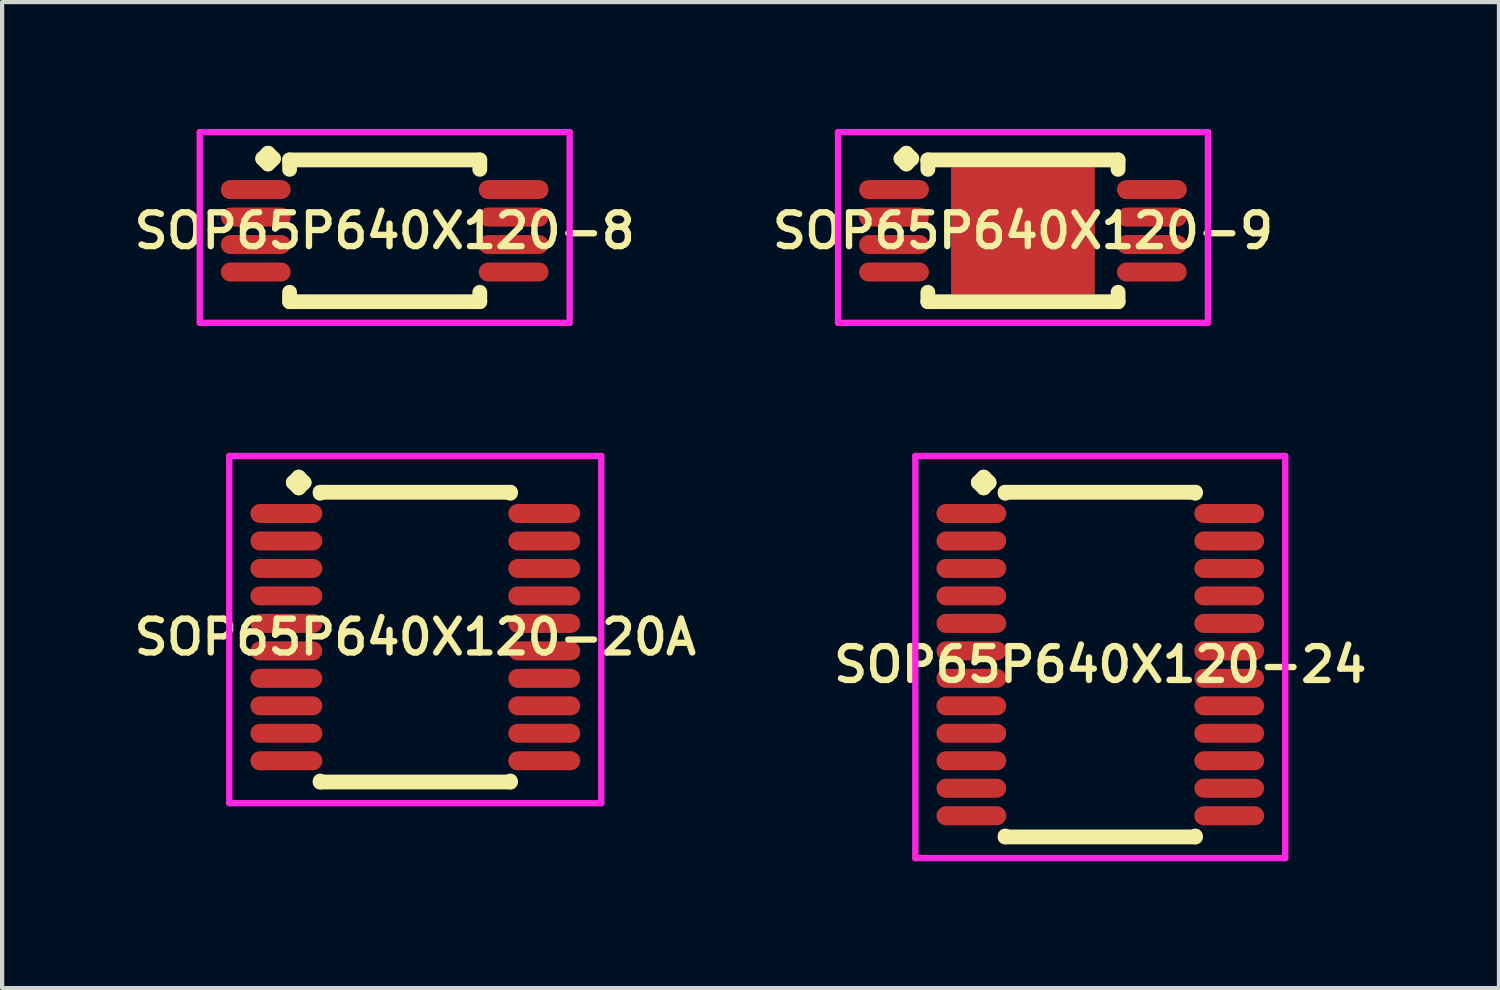
<source format=kicad_pcb>
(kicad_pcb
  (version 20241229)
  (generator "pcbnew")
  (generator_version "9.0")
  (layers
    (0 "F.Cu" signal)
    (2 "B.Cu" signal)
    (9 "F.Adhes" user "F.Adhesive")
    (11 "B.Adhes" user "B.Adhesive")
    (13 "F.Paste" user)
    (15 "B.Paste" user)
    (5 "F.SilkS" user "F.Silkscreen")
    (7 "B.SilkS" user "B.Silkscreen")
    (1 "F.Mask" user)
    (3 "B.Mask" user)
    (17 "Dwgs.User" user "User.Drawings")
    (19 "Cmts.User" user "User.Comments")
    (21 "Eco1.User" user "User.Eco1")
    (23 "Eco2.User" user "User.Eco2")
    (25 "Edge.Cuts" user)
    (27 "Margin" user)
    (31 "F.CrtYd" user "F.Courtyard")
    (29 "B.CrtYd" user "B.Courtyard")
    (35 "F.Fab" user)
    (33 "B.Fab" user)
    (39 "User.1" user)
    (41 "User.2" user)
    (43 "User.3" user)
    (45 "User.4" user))
  (footprint "SOP65P640X120-9"
    (layer "F.Cu")
    (at 21.149 2.41)
    (property "Reference" "SOP65P640X120-9" (at 0 0 0) (layer "F.SilkS") (effects (font (size 0.8 0.8) (thickness 0.15))))
    (attr smd)
    (fp_line (start -2.885 -1.708) (end -2.758 -1.835) (stroke (width 0.35) (type solid)) (layer "F.SilkS"))
    (fp_line (start -2.758 -1.835) (end -2.631 -1.708) (stroke (width 0.35) (type solid)) (layer "F.SilkS"))
    (fp_line (start -2.758 -1.581) (end -2.885 -1.708) (stroke (width 0.35) (type solid)) (layer "F.SilkS"))
    (fp_line (start -2.631 -1.708) (end -2.758 -1.581) (stroke (width 0.35) (type solid)) (layer "F.SilkS"))
    (fp_line (start -2.25 -1.677) (end 2.25 -1.677) (stroke (width 0.35) (type solid)) (layer "F.SilkS"))
    (fp_line (start -2.25 -1.454) (end -2.25 -1.677) (stroke (width 0.35) (type solid)) (layer "F.SilkS"))
    (fp_line (start -2.25 1.454) (end -2.25 1.677) (stroke (width 0.35) (type solid)) (layer "F.SilkS"))
    (fp_line (start -2.25 1.677) (end 2.25 1.677) (stroke (width 0.35) (type solid)) (layer "F.SilkS"))
    (fp_line (start 2.25 -1.677) (end 2.25 -1.454) (stroke (width 0.35) (type solid)) (layer "F.SilkS"))
    (fp_line (start 2.25 1.677) (end 2.25 1.454) (stroke (width 0.35) (type solid)) (layer "F.SilkS"))
    (fp_line (start -4.375 -2.335) (end 4.375 -2.335) (stroke (width 0.15) (type solid)) (layer "F.CrtYd"))
    (fp_line (start -4.375 2.177) (end -4.375 -2.335) (stroke (width 0.15) (type solid)) (layer "F.CrtYd"))
    (fp_line (start 4.375 -2.335) (end 4.375 2.177) (stroke (width 0.15) (type solid)) (layer "F.CrtYd"))
    (fp_line (start 4.375 2.177) (end -4.375 2.177) (stroke (width 0.15) (type solid)) (layer "F.CrtYd"))
    (pad "1" smd oval (at -3.05 -0.975) (size 1.65 0.45) (layers "F.Cu" "F.Mask" "F.Paste"))
    (pad "2" smd oval (at -3.05 -0.325) (size 1.65 0.45) (layers "F.Cu" "F.Mask" "F.Paste"))
    (pad "3" smd oval (at -3.05 0.325) (size 1.65 0.45) (layers "F.Cu" "F.Mask" "F.Paste"))
    (pad "4" smd oval (at -3.05 0.975) (size 1.65 0.45) (layers "F.Cu" "F.Mask" "F.Paste"))
    (pad "5" smd oval (at 3.05 0.975) (size 1.65 0.45) (layers "F.Cu" "F.Mask" "F.Paste"))
    (pad "6" smd oval (at 3.05 0.325) (size 1.65 0.45) (layers "F.Cu" "F.Mask" "F.Paste"))
    (pad "7" smd oval (at 3.05 -0.325) (size 1.65 0.45) (layers "F.Cu" "F.Mask" "F.Paste"))
    (pad "8" smd oval (at 3.05 -0.975) (size 1.65 0.45) (layers "F.Cu" "F.Mask" "F.Paste"))
    (pad "9" smd rect (at 0 0) (size 3.4 3) (layers "F.Cu" "F.Mask" "F.Paste")))
  (footprint "SOP65P640X120-8"
    (layer "F.Cu")
    (at 6.05 2.41)
    (property "Reference" "SOP65P640X120-8" (at 0 0 0) (layer "F.SilkS") (effects (font (size 0.8 0.8) (thickness 0.15))))
    (attr smd)
    (fp_line (start -2.885 -1.708) (end -2.758 -1.835) (stroke (width 0.35) (type solid)) (layer "F.SilkS"))
    (fp_line (start -2.758 -1.835) (end -2.631 -1.708) (stroke (width 0.35) (type solid)) (layer "F.SilkS"))
    (fp_line (start -2.758 -1.581) (end -2.885 -1.708) (stroke (width 0.35) (type solid)) (layer "F.SilkS"))
    (fp_line (start -2.631 -1.708) (end -2.758 -1.581) (stroke (width 0.35) (type solid)) (layer "F.SilkS"))
    (fp_line (start -2.25 -1.677) (end 2.25 -1.677) (stroke (width 0.35) (type solid)) (layer "F.SilkS"))
    (fp_line (start -2.25 -1.454) (end -2.25 -1.677) (stroke (width 0.35) (type solid)) (layer "F.SilkS"))
    (fp_line (start -2.25 1.454) (end -2.25 1.677) (stroke (width 0.35) (type solid)) (layer "F.SilkS"))
    (fp_line (start -2.25 1.677) (end 2.25 1.677) (stroke (width 0.35) (type solid)) (layer "F.SilkS"))
    (fp_line (start 2.25 -1.677) (end 2.25 -1.454) (stroke (width 0.35) (type solid)) (layer "F.SilkS"))
    (fp_line (start 2.25 1.677) (end 2.25 1.454) (stroke (width 0.35) (type solid)) (layer "F.SilkS"))
    (fp_line (start -4.375 -2.335) (end 4.375 -2.335) (stroke (width 0.15) (type solid)) (layer "F.CrtYd"))
    (fp_line (start -4.375 2.177) (end -4.375 -2.335) (stroke (width 0.15) (type solid)) (layer "F.CrtYd"))
    (fp_line (start 4.375 -2.335) (end 4.375 2.177) (stroke (width 0.15) (type solid)) (layer "F.CrtYd"))
    (fp_line (start 4.375 2.177) (end -4.375 2.177) (stroke (width 0.15) (type solid)) (layer "F.CrtYd"))
    (pad "1" smd oval (at -3.05 -0.975) (size 1.65 0.45) (layers "F.Cu" "F.Mask" "F.Paste"))
    (pad "2" smd oval (at -3.05 -0.325) (size 1.65 0.45) (layers "F.Cu" "F.Mask" "F.Paste"))
    (pad "3" smd oval (at -3.05 0.325) (size 1.65 0.45) (layers "F.Cu" "F.Mask" "F.Paste"))
    (pad "4" smd oval (at -3.05 0.975) (size 1.65 0.45) (layers "F.Cu" "F.Mask" "F.Paste"))
    (pad "5" smd oval (at 3.05 0.975) (size 1.65 0.45) (layers "F.Cu" "F.Mask" "F.Paste"))
    (pad "6" smd oval (at 3.05 0.325) (size 1.65 0.45) (layers "F.Cu" "F.Mask" "F.Paste"))
    (pad "7" smd oval (at 3.05 -0.325) (size 1.65 0.45) (layers "F.Cu" "F.Mask" "F.Paste"))
    (pad "8" smd oval (at 3.05 -0.975) (size 1.65 0.45) (layers "F.Cu" "F.Mask" "F.Paste")))
  (footprint "SOP65P640X120-20A"
    (layer "F.Cu")
    (at 6.774 12.022)
    (property "Reference" "SOP65P640X120-20A" (at 0 0 0) (layer "F.SilkS") (effects (font (size 0.8 0.8) (thickness 0.15))))
    (attr smd)
    (fp_line (start -2.885 -3.658) (end -2.758 -3.785) (stroke (width 0.35) (type solid)) (layer "F.SilkS"))
    (fp_line (start -2.758 -3.785) (end -2.631 -3.658) (stroke (width 0.35) (type solid)) (layer "F.SilkS"))
    (fp_line (start -2.758 -3.531) (end -2.885 -3.658) (stroke (width 0.35) (type solid)) (layer "F.SilkS"))
    (fp_line (start -2.631 -3.658) (end -2.758 -3.531) (stroke (width 0.35) (type solid)) (layer "F.SilkS"))
    (fp_line (start -2.25 -3.427) (end 2.25 -3.427) (stroke (width 0.35) (type solid)) (layer "F.SilkS"))
    (fp_line (start -2.25 -3.404) (end -2.25 -3.427) (stroke (width 0.35) (type solid)) (layer "F.SilkS"))
    (fp_line (start -2.25 3.404) (end -2.25 3.427) (stroke (width 0.35) (type solid)) (layer "F.SilkS"))
    (fp_line (start -2.25 3.427) (end 2.25 3.427) (stroke (width 0.35) (type solid)) (layer "F.SilkS"))
    (fp_line (start 2.25 -3.427) (end 2.25 -3.404) (stroke (width 0.35) (type solid)) (layer "F.SilkS"))
    (fp_line (start 2.25 3.427) (end 2.25 3.404) (stroke (width 0.35) (type solid)) (layer "F.SilkS"))
    (fp_line (start -4.4 -4.285) (end 4.4 -4.285) (stroke (width 0.15) (type solid)) (layer "F.CrtYd"))
    (fp_line (start -4.4 3.927) (end -4.4 -4.285) (stroke (width 0.15) (type solid)) (layer "F.CrtYd"))
    (fp_line (start 4.4 -4.285) (end 4.4 3.927) (stroke (width 0.15) (type solid)) (layer "F.CrtYd"))
    (fp_line (start 4.4 3.927) (end -4.4 3.927) (stroke (width 0.15) (type solid)) (layer "F.CrtYd"))
    (pad "1" smd oval (at -3.05 -2.925) (size 1.7 0.45) (layers "F.Cu" "F.Mask" "F.Paste"))
    (pad "2" smd oval (at -3.05 -2.275) (size 1.7 0.45) (layers "F.Cu" "F.Mask" "F.Paste"))
    (pad "3" smd oval (at -3.05 -1.625) (size 1.7 0.45) (layers "F.Cu" "F.Mask" "F.Paste"))
    (pad "4" smd oval (at -3.05 -0.975) (size 1.7 0.45) (layers "F.Cu" "F.Mask" "F.Paste"))
    (pad "5" smd oval (at -3.05 -0.325) (size 1.7 0.45) (layers "F.Cu" "F.Mask" "F.Paste"))
    (pad "6" smd oval (at -3.05 0.325) (size 1.7 0.45) (layers "F.Cu" "F.Mask" "F.Paste"))
    (pad "7" smd oval (at -3.05 0.975) (size 1.7 0.45) (layers "F.Cu" "F.Mask" "F.Paste"))
    (pad "8" smd oval (at -3.05 1.625) (size 1.7 0.45) (layers "F.Cu" "F.Mask" "F.Paste"))
    (pad "9" smd oval (at -3.05 2.275) (size 1.7 0.45) (layers "F.Cu" "F.Mask" "F.Paste"))
    (pad "10" smd oval (at -3.05 2.925) (size 1.7 0.45) (layers "F.Cu" "F.Mask" "F.Paste"))
    (pad "11" smd oval (at 3.05 2.925) (size 1.7 0.45) (layers "F.Cu" "F.Mask" "F.Paste"))
    (pad "12" smd oval (at 3.05 2.275) (size 1.7 0.45) (layers "F.Cu" "F.Mask" "F.Paste"))
    (pad "13" smd oval (at 3.05 1.625) (size 1.7 0.45) (layers "F.Cu" "F.Mask" "F.Paste"))
    (pad "14" smd oval (at 3.05 0.975) (size 1.7 0.45) (layers "F.Cu" "F.Mask" "F.Paste"))
    (pad "15" smd oval (at 3.05 0.325) (size 1.7 0.45) (layers "F.Cu" "F.Mask" "F.Paste"))
    (pad "16" smd oval (at 3.05 -0.325) (size 1.7 0.45) (layers "F.Cu" "F.Mask" "F.Paste"))
    (pad "17" smd oval (at 3.05 -0.975) (size 1.7 0.45) (layers "F.Cu" "F.Mask" "F.Paste"))
    (pad "18" smd oval (at 3.05 -1.625) (size 1.7 0.45) (layers "F.Cu" "F.Mask" "F.Paste"))
    (pad "19" smd oval (at 3.05 -2.275) (size 1.7 0.45) (layers "F.Cu" "F.Mask" "F.Paste"))
    (pad "20" smd oval (at 3.05 -2.925) (size 1.7 0.45) (layers "F.Cu" "F.Mask" "F.Paste")))
  (footprint "SOP65P640X120-24"
    (layer "F.Cu")
    (at 22.978 12.672)
    (property "Reference" "SOP65P640X120-24" (at 0 0 0) (layer "F.SilkS") (effects (font (size 0.8 0.8) (thickness 0.15))))
    (attr smd)
    (fp_line (start -2.885 -4.308) (end -2.758 -4.435) (stroke (width 0.35) (type solid)) (layer "F.SilkS"))
    (fp_line (start -2.758 -4.435) (end -2.631 -4.308) (stroke (width 0.35) (type solid)) (layer "F.SilkS"))
    (fp_line (start -2.758 -4.181) (end -2.885 -4.308) (stroke (width 0.35) (type solid)) (layer "F.SilkS"))
    (fp_line (start -2.631 -4.308) (end -2.758 -4.181) (stroke (width 0.35) (type solid)) (layer "F.SilkS"))
    (fp_line (start -2.25 -4.077) (end 2.25 -4.077) (stroke (width 0.35) (type solid)) (layer "F.SilkS"))
    (fp_line (start -2.25 -4.054) (end -2.25 -4.077) (stroke (width 0.35) (type solid)) (layer "F.SilkS"))
    (fp_line (start -2.25 4.054) (end -2.25 4.077) (stroke (width 0.35) (type solid)) (layer "F.SilkS"))
    (fp_line (start -2.25 4.077) (end 2.25 4.077) (stroke (width 0.35) (type solid)) (layer "F.SilkS"))
    (fp_line (start 2.25 -4.077) (end 2.25 -4.054) (stroke (width 0.35) (type solid)) (layer "F.SilkS"))
    (fp_line (start 2.25 4.077) (end 2.25 4.054) (stroke (width 0.35) (type solid)) (layer "F.SilkS"))
    (fp_line (start -4.375 -4.935) (end 4.375 -4.935) (stroke (width 0.15) (type solid)) (layer "F.CrtYd"))
    (fp_line (start -4.375 4.577) (end -4.375 -4.935) (stroke (width 0.15) (type solid)) (layer "F.CrtYd"))
    (fp_line (start 4.375 -4.935) (end 4.375 4.577) (stroke (width 0.15) (type solid)) (layer "F.CrtYd"))
    (fp_line (start 4.375 4.577) (end -4.375 4.577) (stroke (width 0.15) (type solid)) (layer "F.CrtYd"))
    (pad "1" smd oval (at -3.05 -3.575) (size 1.65 0.45) (layers "F.Cu" "F.Mask" "F.Paste"))
    (pad "2" smd oval (at -3.05 -2.925) (size 1.65 0.45) (layers "F.Cu" "F.Mask" "F.Paste"))
    (pad "3" smd oval (at -3.05 -2.275) (size 1.65 0.45) (layers "F.Cu" "F.Mask" "F.Paste"))
    (pad "4" smd oval (at -3.05 -1.625) (size 1.65 0.45) (layers "F.Cu" "F.Mask" "F.Paste"))
    (pad "5" smd oval (at -3.05 -0.975) (size 1.65 0.45) (layers "F.Cu" "F.Mask" "F.Paste"))
    (pad "6" smd oval (at -3.05 -0.325) (size 1.65 0.45) (layers "F.Cu" "F.Mask" "F.Paste"))
    (pad "7" smd oval (at -3.05 0.325) (size 1.65 0.45) (layers "F.Cu" "F.Mask" "F.Paste"))
    (pad "8" smd oval (at -3.05 0.975) (size 1.65 0.45) (layers "F.Cu" "F.Mask" "F.Paste"))
    (pad "9" smd oval (at -3.05 1.625) (size 1.65 0.45) (layers "F.Cu" "F.Mask" "F.Paste"))
    (pad "10" smd oval (at -3.05 2.275) (size 1.65 0.45) (layers "F.Cu" "F.Mask" "F.Paste"))
    (pad "11" smd oval (at -3.05 2.925) (size 1.65 0.45) (layers "F.Cu" "F.Mask" "F.Paste"))
    (pad "12" smd oval (at -3.05 3.575) (size 1.65 0.45) (layers "F.Cu" "F.Mask" "F.Paste"))
    (pad "13" smd oval (at 3.05 3.575) (size 1.65 0.45) (layers "F.Cu" "F.Mask" "F.Paste"))
    (pad "14" smd oval (at 3.05 2.925) (size 1.65 0.45) (layers "F.Cu" "F.Mask" "F.Paste"))
    (pad "15" smd oval (at 3.05 2.275) (size 1.65 0.45) (layers "F.Cu" "F.Mask" "F.Paste"))
    (pad "16" smd oval (at 3.05 1.625) (size 1.65 0.45) (layers "F.Cu" "F.Mask" "F.Paste"))
    (pad "17" smd oval (at 3.05 0.975) (size 1.65 0.45) (layers "F.Cu" "F.Mask" "F.Paste"))
    (pad "18" smd oval (at 3.05 0.325) (size 1.65 0.45) (layers "F.Cu" "F.Mask" "F.Paste"))
    (pad "19" smd oval (at 3.05 -0.325) (size 1.65 0.45) (layers "F.Cu" "F.Mask" "F.Paste"))
    (pad "20" smd oval (at 3.05 -0.975) (size 1.65 0.45) (layers "F.Cu" "F.Mask" "F.Paste"))
    (pad "21" smd oval (at 3.05 -1.625) (size 1.65 0.45) (layers "F.Cu" "F.Mask" "F.Paste"))
    (pad "22" smd oval (at 3.05 -2.275) (size 1.65 0.45) (layers "F.Cu" "F.Mask" "F.Paste"))
    (pad "23" smd oval (at 3.05 -2.925) (size 1.65 0.45) (layers "F.Cu" "F.Mask" "F.Paste"))
    (pad "24" smd oval (at 3.05 -3.575) (size 1.65 0.45) (layers "F.Cu" "F.Mask" "F.Paste")))
  (gr_rect
    (start -3 -3)
    (end 32.409 20.324)
    (stroke (width 0.1) (type default))
    (fill no)
    (layer "Edge.Cuts")))
</source>
